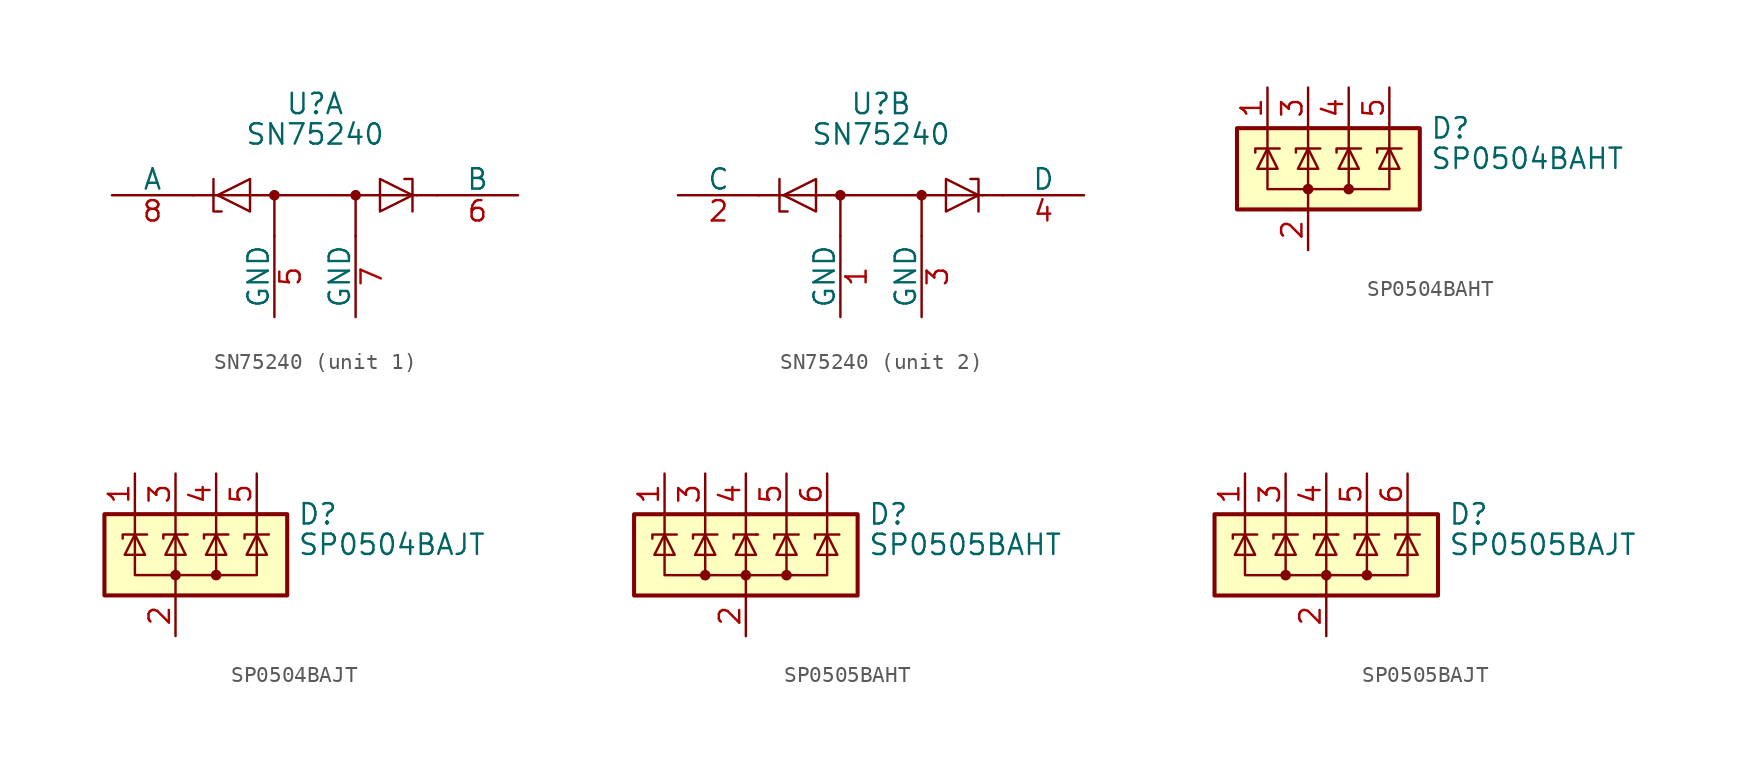
<source format=kicad_sym>
(kicad_symbol_lib
  (version 20220914)
  (generator kicad_symbol_editor)
  (symbol "SN75240"
    (pin_names
      (offset 0))
    (property "Reference" "U"
      (at 0 5.715 0)
      (effects (font (size 1.27 1.27))))
    (property "Value" "SN75240"
      (at 0 3.81 0)
      (effects (font (size 1.27 1.27))))
    (property "ki_locked" ""
      (at 0 0 0)
      (effects (font (size 1.27 1.27))))
    (symbol "SN75240_0_0"
      (polyline (pts (xy -7.62 0) (xy -6.35 0)) (stroke (width 0) (type default)) (fill (type none)))
      (polyline (pts (xy -6.35 0) (xy 6.35 0)) (stroke (width 0) (type default)) (fill (type none)))
      (polyline (pts (xy -2.54 -2.54) (xy -2.54 0)) (stroke (width 0) (type default)) (fill (type none)))
      (polyline (pts (xy 2.54 -2.54) (xy 2.54 0)) (stroke (width 0) (type default)) (fill (type none)))
      (polyline (pts (xy 6.35 0) (xy 7.62 0)) (stroke (width 0) (type default)) (fill (type none)))
      (polyline (pts (xy 6.096 -1.016) (xy 6.096 1.016) (xy 5.588 1.016)) (stroke (width 0) (type default)) (fill (type none)))
      (polyline (pts (xy -6.096 0) (xy -4.064 1.016) (xy -4.064 -1.016) (xy -6.096 0)) (stroke (width 0) (type default)) (fill (type none)))
      (polyline (pts (xy -5.842 -1.016) (xy -6.35 -1.016) (xy -6.35 0.762) (xy -6.35 1.016)) (stroke (width 0) (type default)) (fill (type none)))
      (polyline (pts (xy 4.064 1.016) (xy 4.064 -1.016) (xy 6.096 0) (xy 4.064 1.016)) (stroke (width 0) (type default)) (fill (type none))))
    (symbol "SN75240_0_1"
      (circle (center -2.54 0) (radius 0.254) (stroke (width 0) (type default)) (fill (type outline)))
      (circle (center 2.54 0) (radius 0.254) (stroke (width 0) (type default)) (fill (type outline))))
    (symbol "SN75240_1_1"
      (pin passive line (at -2.54 -7.62 90) (length 5.08) (name "GND" (effects (font (size 1.27 1.27)))) (number "5" (effects (font (size 1.27 1.27)))))
      (pin passive line (at 12.7 0 180) (length 5.08) (name "B" (effects (font (size 1.27 1.27)))) (number "6" (effects (font (size 1.27 1.27)))))
      (pin passive line (at 2.54 -7.62 90) (length 5.08) (name "GND" (effects (font (size 1.27 1.27)))) (number "7" (effects (font (size 1.27 1.27)))))
      (pin passive line (at -12.7 0 0) (length 5.08) (name "A" (effects (font (size 1.27 1.27)))) (number "8" (effects (font (size 1.27 1.27))))))
    (symbol "SN75240_2_1"
      (pin power_in line (at -2.54 -7.62 90) (length 5.08) (name "GND" (effects (font (size 1.27 1.27)))) (number "1" (effects (font (size 1.27 1.27)))))
      (pin input line (at -12.7 0 0) (length 5.08) (name "C" (effects (font (size 1.27 1.27)))) (number "2" (effects (font (size 1.27 1.27)))))
      (pin power_in line (at 2.54 -7.62 90) (length 5.08) (name "GND" (effects (font (size 1.27 1.27)))) (number "3" (effects (font (size 1.27 1.27)))))
      (pin input line (at 12.7 0 180) (length 5.08) (name "D" (effects (font (size 1.27 1.27)))) (number "4" (effects (font (size 1.27 1.27)))))))
  (symbol "SP0504BAHT"
    (pin_names hide)
    (property "Reference" "D"
      (at 7.62 2.54 0)
      (effects (font (size 1.27 1.27)) (justify left)))
    (property "Value" "SP0504BAHT"
      (at 7.62 0.635 0)
      (effects (font (size 1.27 1.27)) (justify left)))
    (symbol "SP0504BAHT_0_0"
      (pin passive line (at 0 -5.08 90) (length 2.54) (name "A" (effects (font (size 1.27 1.27)))) (number "2" (effects (font (size 1.27 1.27))))))
    (symbol "SP0504BAHT_0_1"
      (rectangle (start -4.445 2.54) (end 6.985 -2.54) (stroke (width 0.254) (type default)) (fill (type background)))
      (circle (center 0 -1.27) (radius 0.254) (stroke (width 0) (type default)) (fill (type outline)))
      (polyline (pts (xy -2.54 2.54) (xy -2.54 1.27)) (stroke (width 0) (type default)) (fill (type none)))
      (polyline (pts (xy 0 -1.27) (xy 0 -2.54)) (stroke (width 0) (type default)) (fill (type none)))
      (polyline (pts (xy 0 -1.27) (xy 0 1.27)) (stroke (width 0) (type default)) (fill (type none)))
      (polyline (pts (xy 0 2.54) (xy 0 1.27)) (stroke (width 0) (type default)) (fill (type none)))
      (polyline (pts (xy 2.54 2.54) (xy 2.54 1.27)) (stroke (width 0) (type default)) (fill (type none)))
      (polyline (pts (xy 5.08 2.54) (xy 5.08 1.27)) (stroke (width 0) (type default)) (fill (type none)))
      (polyline (pts (xy -3.302 1.016) (xy -3.302 1.27) (xy -1.778 1.27)) (stroke (width 0) (type default)) (fill (type none)))
      (polyline (pts (xy 0.762 1.27) (xy -0.762 1.27) (xy -0.762 1.016)) (stroke (width 0) (type default)) (fill (type none)))
      (polyline (pts (xy 5.08 1.27) (xy 5.08 -1.27) (xy 2.54 -1.27)) (stroke (width 0) (type default)) (fill (type none)))
      (polyline (pts (xy -2.54 1.27) (xy -2.54 -1.27) (xy 2.54 -1.27) (xy 2.54 1.27)) (stroke (width 0) (type default)) (fill (type none)))
      (polyline (pts (xy -2.54 1.27) (xy -1.905 0) (xy -3.175 0) (xy -2.54 1.27)) (stroke (width 0) (type default)) (fill (type none)))
      (polyline (pts (xy 0.635 0) (xy -0.635 0) (xy 0 1.27) (xy 0.635 0)) (stroke (width 0) (type default)) (fill (type none)))
      (polyline (pts (xy 1.778 1.016) (xy 1.778 1.27) (xy 3.175 1.27) (xy 3.302 1.27)) (stroke (width 0) (type default)) (fill (type none)))
      (polyline (pts (xy 2.54 1.27) (xy 1.905 0) (xy 3.175 0) (xy 2.54 1.27)) (stroke (width 0) (type default)) (fill (type none)))
      (polyline (pts (xy 4.318 1.016) (xy 4.318 1.27) (xy 5.715 1.27) (xy 5.842 1.27)) (stroke (width 0) (type default)) (fill (type none)))
      (polyline (pts (xy 5.08 1.27) (xy 4.445 0) (xy 5.715 0) (xy 5.08 1.27)) (stroke (width 0) (type default)) (fill (type none)))
      (circle (center 2.54 -1.27) (radius 0.254) (stroke (width 0) (type default)) (fill (type outline))))
    (symbol "SP0504BAHT_1_1"
      (pin passive line (at -2.54 5.08 270) (length 2.54) (name "K" (effects (font (size 1.27 1.27)))) (number "1" (effects (font (size 1.27 1.27)))))
      (pin passive line (at 0 5.08 270) (length 2.54) (name "K" (effects (font (size 1.27 1.27)))) (number "3" (effects (font (size 1.27 1.27)))))
      (pin passive line (at 2.54 5.08 270) (length 2.54) (name "K" (effects (font (size 1.27 1.27)))) (number "4" (effects (font (size 1.27 1.27)))))
      (pin passive line (at 5.08 5.08 270) (length 2.54) (name "K" (effects (font (size 1.27 1.27)))) (number "5" (effects (font (size 1.27 1.27)))))))
  (symbol "SP0504BAJT"
    (pin_names hide)
    (property "Reference" "D"
      (at 7.62 2.54 0)
      (effects (font (size 1.27 1.27)) (justify left)))
    (property "Value" "SP0504BAJT"
      (at 7.62 0.635 0)
      (effects (font (size 1.27 1.27)) (justify left)))
    (symbol "SP0504BAJT_0_0"
      (pin passive line (at 0 -5.08 90) (length 2.54) (name "A" (effects (font (size 1.27 1.27)))) (number "2" (effects (font (size 1.27 1.27))))))
    (symbol "SP0504BAJT_0_1"
      (rectangle (start -4.445 2.54) (end 6.985 -2.54) (stroke (width 0.254) (type default)) (fill (type background)))
      (circle (center 0 -1.27) (radius 0.254) (stroke (width 0) (type default)) (fill (type outline)))
      (polyline (pts (xy -2.54 2.54) (xy -2.54 1.27)) (stroke (width 0) (type default)) (fill (type none)))
      (polyline (pts (xy 0 -1.27) (xy 0 -2.54)) (stroke (width 0) (type default)) (fill (type none)))
      (polyline (pts (xy 0 -1.27) (xy 0 1.27)) (stroke (width 0) (type default)) (fill (type none)))
      (polyline (pts (xy 0 2.54) (xy 0 1.27)) (stroke (width 0) (type default)) (fill (type none)))
      (polyline (pts (xy 0.635 1.27) (xy 0.762 1.27)) (stroke (width 0) (type default)) (fill (type none)))
      (polyline (pts (xy 2.54 2.54) (xy 2.54 1.27)) (stroke (width 0) (type default)) (fill (type none)))
      (polyline (pts (xy 5.08 2.54) (xy 5.08 1.27)) (stroke (width 0) (type default)) (fill (type none)))
      (polyline (pts (xy 0.635 1.27) (xy -0.762 1.27) (xy -0.762 1.016)) (stroke (width 0) (type default)) (fill (type none)))
      (polyline (pts (xy 5.08 1.27) (xy 5.08 -1.27) (xy 2.54 -1.27)) (stroke (width 0) (type default)) (fill (type none)))
      (polyline (pts (xy -3.302 1.016) (xy -3.302 1.27) (xy -1.905 1.27) (xy -1.778 1.27)) (stroke (width 0) (type default)) (fill (type none)))
      (polyline (pts (xy -2.54 1.27) (xy -2.54 -1.27) (xy 2.54 -1.27) (xy 2.54 1.27)) (stroke (width 0) (type default)) (fill (type none)))
      (polyline (pts (xy -2.54 1.27) (xy -1.905 0) (xy -3.175 0) (xy -2.54 1.27)) (stroke (width 0) (type default)) (fill (type none)))
      (polyline (pts (xy 0.635 0) (xy -0.635 0) (xy 0 1.27) (xy 0.635 0)) (stroke (width 0) (type default)) (fill (type none)))
      (polyline (pts (xy 1.778 1.016) (xy 1.778 1.27) (xy 3.175 1.27) (xy 3.302 1.27)) (stroke (width 0) (type default)) (fill (type none)))
      (polyline (pts (xy 2.54 1.27) (xy 1.905 0) (xy 3.175 0) (xy 2.54 1.27)) (stroke (width 0) (type default)) (fill (type none)))
      (polyline (pts (xy 4.318 1.016) (xy 4.318 1.27) (xy 5.715 1.27) (xy 5.842 1.27)) (stroke (width 0) (type default)) (fill (type none)))
      (polyline (pts (xy 5.08 1.27) (xy 4.445 0) (xy 5.715 0) (xy 5.08 1.27)) (stroke (width 0) (type default)) (fill (type none)))
      (circle (center 2.54 -1.27) (radius 0.254) (stroke (width 0) (type default)) (fill (type outline))))
    (symbol "SP0504BAJT_1_1"
      (pin passive line (at -2.54 5.08 270) (length 2.54) (name "K" (effects (font (size 1.27 1.27)))) (number "1" (effects (font (size 1.27 1.27)))))
      (pin passive line (at 0 5.08 270) (length 2.54) (name "K" (effects (font (size 1.27 1.27)))) (number "3" (effects (font (size 1.27 1.27)))))
      (pin passive line (at 2.54 5.08 270) (length 2.54) (name "K" (effects (font (size 1.27 1.27)))) (number "4" (effects (font (size 1.27 1.27)))))
      (pin passive line (at 5.08 5.08 270) (length 2.54) (name "K" (effects (font (size 1.27 1.27)))) (number "5" (effects (font (size 1.27 1.27)))))))
  (symbol "SP0505BAHT"
    (pin_names hide)
    (property "Reference" "D"
      (at 7.62 2.54 0)
      (effects (font (size 1.27 1.27)) (justify left)))
    (property "Value" "SP0505BAHT"
      (at 7.62 0.635 0)
      (effects (font (size 1.27 1.27)) (justify left)))
    (symbol "SP0505BAHT_0_0"
      (pin passive line (at 0 -5.08 90) (length 2.54) (name "A" (effects (font (size 1.27 1.27)))) (number "2" (effects (font (size 1.27 1.27))))))
    (symbol "SP0505BAHT_0_1"
      (rectangle (start -6.985 2.54) (end 6.985 -2.54) (stroke (width 0.254) (type default)) (fill (type background)))
      (circle (center -2.54 -1.27) (radius 0.254) (stroke (width 0) (type default)) (fill (type outline)))
      (circle (center 0 -1.27) (radius 0.254) (stroke (width 0) (type default)) (fill (type outline)))
      (polyline (pts (xy -5.08 2.54) (xy -5.08 1.27)) (stroke (width 0) (type default)) (fill (type none)))
      (polyline (pts (xy -2.54 2.54) (xy -2.54 1.27)) (stroke (width 0) (type default)) (fill (type none)))
      (polyline (pts (xy 0 -1.27) (xy 0 -2.54)) (stroke (width 0) (type default)) (fill (type none)))
      (polyline (pts (xy 0 -1.27) (xy 0 1.27)) (stroke (width 0) (type default)) (fill (type none)))
      (polyline (pts (xy 0 2.54) (xy 0 1.27)) (stroke (width 0) (type default)) (fill (type none)))
      (polyline (pts (xy 0.635 1.27) (xy 0.762 1.27)) (stroke (width 0) (type default)) (fill (type none)))
      (polyline (pts (xy 2.54 2.54) (xy 2.54 1.27)) (stroke (width 0) (type default)) (fill (type none)))
      (polyline (pts (xy 5.08 2.54) (xy 5.08 1.27)) (stroke (width 0) (type default)) (fill (type none)))
      (polyline (pts (xy -5.08 1.27) (xy -5.08 -1.27) (xy -2.54 -1.27)) (stroke (width 0) (type default)) (fill (type none)))
      (polyline (pts (xy 0.635 1.27) (xy -0.762 1.27) (xy -0.762 1.016)) (stroke (width 0) (type default)) (fill (type none)))
      (polyline (pts (xy 5.08 1.27) (xy 5.08 -1.27) (xy 2.54 -1.27)) (stroke (width 0) (type default)) (fill (type none)))
      (polyline (pts (xy -5.842 1.016) (xy -5.842 1.27) (xy -4.445 1.27) (xy -4.318 1.27)) (stroke (width 0) (type default)) (fill (type none)))
      (polyline (pts (xy -5.08 1.27) (xy -4.445 0) (xy -5.715 0) (xy -5.08 1.27)) (stroke (width 0) (type default)) (fill (type none)))
      (polyline (pts (xy -3.302 1.016) (xy -3.302 1.27) (xy -1.905 1.27) (xy -1.778 1.27)) (stroke (width 0) (type default)) (fill (type none)))
      (polyline (pts (xy -2.54 1.27) (xy -2.54 -1.27) (xy 2.54 -1.27) (xy 2.54 1.27)) (stroke (width 0) (type default)) (fill (type none)))
      (polyline (pts (xy -2.54 1.27) (xy -1.905 0) (xy -3.175 0) (xy -2.54 1.27)) (stroke (width 0) (type default)) (fill (type none)))
      (polyline (pts (xy 0.635 0) (xy -0.635 0) (xy 0 1.27) (xy 0.635 0)) (stroke (width 0) (type default)) (fill (type none)))
      (polyline (pts (xy 1.778 1.016) (xy 1.778 1.27) (xy 3.175 1.27) (xy 3.302 1.27)) (stroke (width 0) (type default)) (fill (type none)))
      (polyline (pts (xy 2.54 1.27) (xy 1.905 0) (xy 3.175 0) (xy 2.54 1.27)) (stroke (width 0) (type default)) (fill (type none)))
      (polyline (pts (xy 4.318 1.016) (xy 4.318 1.27) (xy 5.715 1.27) (xy 5.842 1.27)) (stroke (width 0) (type default)) (fill (type none)))
      (polyline (pts (xy 5.08 1.27) (xy 4.445 0) (xy 5.715 0) (xy 5.08 1.27)) (stroke (width 0) (type default)) (fill (type none)))
      (circle (center 2.54 -1.27) (radius 0.254) (stroke (width 0) (type default)) (fill (type outline))))
    (symbol "SP0505BAHT_1_1"
      (pin passive line (at -5.08 5.08 270) (length 2.54) (name "K" (effects (font (size 1.27 1.27)))) (number "1" (effects (font (size 1.27 1.27)))))
      (pin passive line (at -2.54 5.08 270) (length 2.54) (name "K" (effects (font (size 1.27 1.27)))) (number "3" (effects (font (size 1.27 1.27)))))
      (pin passive line (at 0 5.08 270) (length 2.54) (name "K" (effects (font (size 1.27 1.27)))) (number "4" (effects (font (size 1.27 1.27)))))
      (pin passive line (at 2.54 5.08 270) (length 2.54) (name "K" (effects (font (size 1.27 1.27)))) (number "5" (effects (font (size 1.27 1.27)))))
      (pin passive line (at 5.08 5.08 270) (length 2.54) (name "K" (effects (font (size 1.27 1.27)))) (number "6" (effects (font (size 1.27 1.27)))))))
  (symbol "SP0505BAJT"
    (pin_names hide)
    (property "Reference" "D"
      (at 7.62 2.54 0)
      (effects (font (size 1.27 1.27)) (justify left)))
    (property "Value" "SP0505BAJT"
      (at 7.62 0.635 0)
      (effects (font (size 1.27 1.27)) (justify left)))
    (symbol "SP0505BAJT_0_0"
      (pin passive line (at 0 -5.08 90) (length 2.54) (name "A" (effects (font (size 1.27 1.27)))) (number "2" (effects (font (size 1.27 1.27))))))
    (symbol "SP0505BAJT_0_1"
      (rectangle (start -6.985 2.54) (end 6.985 -2.54) (stroke (width 0.254) (type default)) (fill (type background)))
      (circle (center -2.54 -1.27) (radius 0.254) (stroke (width 0) (type default)) (fill (type outline)))
      (circle (center 0 -1.27) (radius 0.254) (stroke (width 0) (type default)) (fill (type outline)))
      (polyline (pts (xy -5.08 2.54) (xy -5.08 1.27)) (stroke (width 0) (type default)) (fill (type none)))
      (polyline (pts (xy -2.54 2.54) (xy -2.54 1.27)) (stroke (width 0) (type default)) (fill (type none)))
      (polyline (pts (xy 0 -1.27) (xy 0 -2.54)) (stroke (width 0) (type default)) (fill (type none)))
      (polyline (pts (xy 0 -1.27) (xy 0 1.27)) (stroke (width 0) (type default)) (fill (type none)))
      (polyline (pts (xy 0 2.54) (xy 0 1.27)) (stroke (width 0) (type default)) (fill (type none)))
      (polyline (pts (xy 0.635 1.27) (xy 0.762 1.27)) (stroke (width 0) (type default)) (fill (type none)))
      (polyline (pts (xy 2.54 2.54) (xy 2.54 1.27)) (stroke (width 0) (type default)) (fill (type none)))
      (polyline (pts (xy 5.08 2.54) (xy 5.08 1.27)) (stroke (width 0) (type default)) (fill (type none)))
      (polyline (pts (xy -5.08 1.27) (xy -5.08 -1.27) (xy -2.54 -1.27)) (stroke (width 0) (type default)) (fill (type none)))
      (polyline (pts (xy 0.635 1.27) (xy -0.762 1.27) (xy -0.762 1.016)) (stroke (width 0) (type default)) (fill (type none)))
      (polyline (pts (xy 5.08 1.27) (xy 5.08 -1.27) (xy 2.54 -1.27)) (stroke (width 0) (type default)) (fill (type none)))
      (polyline (pts (xy -5.842 1.016) (xy -5.842 1.27) (xy -4.445 1.27) (xy -4.318 1.27)) (stroke (width 0) (type default)) (fill (type none)))
      (polyline (pts (xy -5.08 1.27) (xy -4.445 0) (xy -5.715 0) (xy -5.08 1.27)) (stroke (width 0) (type default)) (fill (type none)))
      (polyline (pts (xy -3.302 1.016) (xy -3.302 1.27) (xy -1.905 1.27) (xy -1.778 1.27)) (stroke (width 0) (type default)) (fill (type none)))
      (polyline (pts (xy -2.54 1.27) (xy -2.54 -1.27) (xy 2.54 -1.27) (xy 2.54 1.27)) (stroke (width 0) (type default)) (fill (type none)))
      (polyline (pts (xy -2.54 1.27) (xy -1.905 0) (xy -3.175 0) (xy -2.54 1.27)) (stroke (width 0) (type default)) (fill (type none)))
      (polyline (pts (xy 0.635 0) (xy -0.635 0) (xy 0 1.27) (xy 0.635 0)) (stroke (width 0) (type default)) (fill (type none)))
      (polyline (pts (xy 1.778 1.016) (xy 1.778 1.27) (xy 3.175 1.27) (xy 3.302 1.27)) (stroke (width 0) (type default)) (fill (type none)))
      (polyline (pts (xy 2.54 1.27) (xy 1.905 0) (xy 3.175 0) (xy 2.54 1.27)) (stroke (width 0) (type default)) (fill (type none)))
      (polyline (pts (xy 4.318 1.016) (xy 4.318 1.27) (xy 5.715 1.27) (xy 5.842 1.27)) (stroke (width 0) (type default)) (fill (type none)))
      (polyline (pts (xy 5.08 1.27) (xy 4.445 0) (xy 5.715 0) (xy 5.08 1.27)) (stroke (width 0) (type default)) (fill (type none)))
      (circle (center 2.54 -1.27) (radius 0.254) (stroke (width 0) (type default)) (fill (type outline))))
    (symbol "SP0505BAJT_1_1"
      (pin passive line (at -5.08 5.08 270) (length 2.54) (name "K" (effects (font (size 1.27 1.27)))) (number "1" (effects (font (size 1.27 1.27)))))
      (pin passive line (at -2.54 5.08 270) (length 2.54) (name "K" (effects (font (size 1.27 1.27)))) (number "3" (effects (font (size 1.27 1.27)))))
      (pin passive line (at 0 5.08 270) (length 2.54) (name "K" (effects (font (size 1.27 1.27)))) (number "4" (effects (font (size 1.27 1.27)))))
      (pin passive line (at 2.54 5.08 270) (length 2.54) (name "K" (effects (font (size 1.27 1.27)))) (number "5" (effects (font (size 1.27 1.27)))))
      (pin passive line (at 5.08 5.08 270) (length 2.54) (name "K" (effects (font (size 1.27 1.27)))) (number "6" (effects (font (size 1.27 1.27))))))))
</source>
